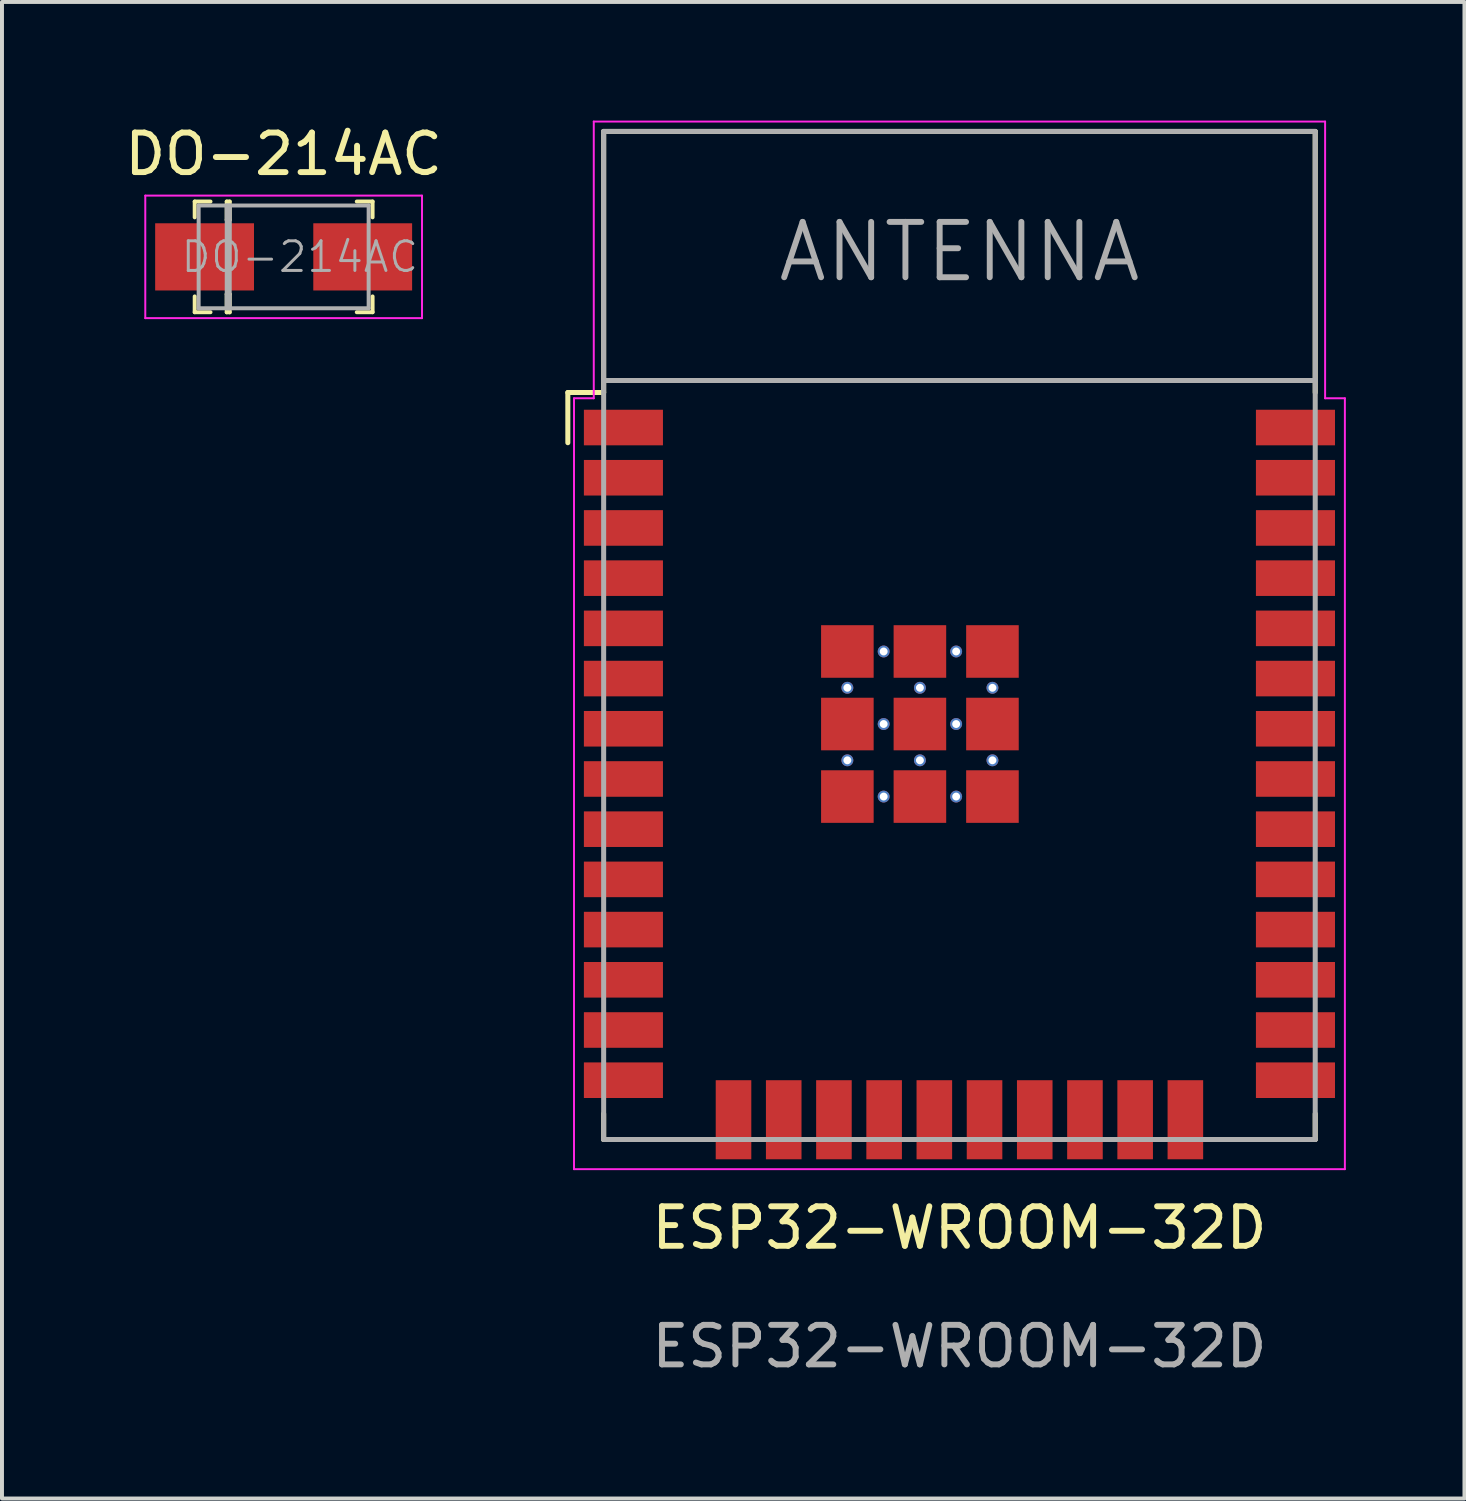
<source format=kicad_pcb>
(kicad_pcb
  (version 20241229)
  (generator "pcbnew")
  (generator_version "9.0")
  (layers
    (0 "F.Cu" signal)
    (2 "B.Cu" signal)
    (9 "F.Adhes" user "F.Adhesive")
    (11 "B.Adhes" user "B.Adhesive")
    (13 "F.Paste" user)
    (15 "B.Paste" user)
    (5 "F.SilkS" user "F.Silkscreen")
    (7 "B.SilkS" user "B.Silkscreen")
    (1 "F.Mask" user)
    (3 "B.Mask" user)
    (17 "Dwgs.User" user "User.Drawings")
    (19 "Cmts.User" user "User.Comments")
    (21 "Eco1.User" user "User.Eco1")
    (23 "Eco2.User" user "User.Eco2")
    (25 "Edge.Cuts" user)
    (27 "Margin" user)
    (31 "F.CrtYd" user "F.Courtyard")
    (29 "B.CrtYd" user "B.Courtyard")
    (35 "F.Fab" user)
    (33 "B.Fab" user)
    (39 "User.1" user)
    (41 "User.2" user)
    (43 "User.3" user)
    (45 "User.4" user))
  (footprint "DO-214AC"
    (layer "F.Cu")
    (at 4.125 3.448)
    (property "Reference" "DO-214AC" (at 0 -2.6 0) (layer "F.SilkS") (effects (font (size 1 1) (thickness 0.15))))
    (attr smd)
    (fp_line (start -2.25 -1.4) (end -2.25 -1) (stroke (width 0.1) (type solid)) (layer "F.SilkS"))
    (fp_line (start -2.25 -1.4) (end -1.85 -1.4) (stroke (width 0.1) (type solid)) (layer "F.SilkS"))
    (fp_line (start -2.25 1.4) (end -2.25 1) (stroke (width 0.1) (type solid)) (layer "F.SilkS"))
    (fp_line (start -2.25 1.4) (end -1.85 1.4) (stroke (width 0.1) (type solid)) (layer "F.SilkS"))
    (fp_line (start -1.44 -1.4) (end -1.44 -0.935) (stroke (width 0.1) (type solid)) (layer "F.SilkS"))
    (fp_line (start -1.44 -0.935) (end -1.364 -0.935) (stroke (width 0.1) (type solid)) (layer "F.SilkS"))
    (fp_line (start -1.44 0.942) (end -1.364 0.942) (stroke (width 0.1) (type solid)) (layer "F.SilkS"))
    (fp_line (start -1.44 1.402) (end -1.44 0.942) (stroke (width 0.1) (type solid)) (layer "F.SilkS"))
    (fp_line (start -1.364 -1.4) (end -1.44 -1.4) (stroke (width 0.1) (type solid)) (layer "F.SilkS"))
    (fp_line (start -1.364 -0.935) (end -1.364 -1.4) (stroke (width 0.1) (type solid)) (layer "F.SilkS"))
    (fp_line (start -1.364 0.942) (end -1.364 1.402) (stroke (width 0.1) (type solid)) (layer "F.SilkS"))
    (fp_line (start -1.364 1.402) (end -1.44 1.402) (stroke (width 0.1) (type solid)) (layer "F.SilkS"))
    (fp_line (start 2.25 -1.4) (end 1.85 -1.4) (stroke (width 0.1) (type solid)) (layer "F.SilkS"))
    (fp_line (start 2.25 -1.4) (end 2.25 -1) (stroke (width 0.1) (type solid)) (layer "F.SilkS"))
    (fp_line (start 2.25 1.4) (end 1.85 1.4) (stroke (width 0.1) (type solid)) (layer "F.SilkS"))
    (fp_line (start 2.25 1.4) (end 2.25 1) (stroke (width 0.1) (type solid)) (layer "F.SilkS"))
    (fp_line (start -3.5 -1.55) (end -3.5 1.55) (stroke (width 0.05) (type solid)) (layer "F.CrtYd"))
    (fp_line (start -3.5 -1.55) (end 3.5 -1.55) (stroke (width 0.05) (type solid)) (layer "F.CrtYd"))
    (fp_line (start -3.5 1.55) (end 3.5 1.55) (stroke (width 0.05) (type solid)) (layer "F.CrtYd"))
    (fp_line (start 3.5 -1.55) (end 3.5 1.55) (stroke (width 0.05) (type solid)) (layer "F.CrtYd"))
    (fp_line (start -2.15 -1.3) (end -2.15 1.3) (stroke (width 0.1) (type solid)) (layer "F.Fab"))
    (fp_line (start -2.15 -1.3) (end 2.15 -1.3) (stroke (width 0.1) (type solid)) (layer "F.Fab"))
    (fp_line (start -2.15 1.3) (end 2.15 1.3) (stroke (width 0.1) (type solid)) (layer "F.Fab"))
    (fp_line (start -1.44 -1.3) (end -1.44 1.3) (stroke (width 0.1) (type solid)) (layer "F.Fab"))
    (fp_line (start -1.44 1.3) (end -1.364 1.3) (stroke (width 0.1) (type solid)) (layer "F.Fab"))
    (fp_line (start -1.364 1.3) (end -1.361 -1.3) (stroke (width 0.1) (type solid)) (layer "F.Fab"))
    (fp_line (start -1.361 -1.3) (end -1.44 -1.3) (stroke (width 0.1) (type solid)) (layer "F.Fab"))
    (fp_line (start 2.15 -1.3) (end 2.15 1.3) (stroke (width 0.1) (type solid)) (layer "F.Fab"))
    (fp_text user "${REFERENCE}" (at 0.409 0 0) (layer "F.Fab") (effects (font (size 0.75 0.75) (thickness 0.075))))
    (pad "1" smd rect (at -2 0) (size 2.5 1.7) (layers "F.Cu" "F.Mask" "F.Paste"))
    (pad "2" smd rect (at 2 0) (size 2.5 1.7) (layers "F.Cu" "F.Mask" "F.Paste")))
  (footprint "ESP32-WROOM-32D"
    (layer "F.Cu")
    (at 21.22 16.023)
    (property "Reference" "ESP32-WROOM-32D" (at 0 11.986 0) (unlocked yes) (layer "F.SilkS") (effects (font (size 1 1) (thickness 0.15))))
    (attr smd)
    (fp_line (start -9.906 -9.144) (end -9.906 -7.874) (stroke (width 0.127) (type default)) (layer "F.SilkS"))
    (fp_line (start -9 -15.748) (end 9 -15.748) (stroke (width 0.127) (type solid)) (layer "F.SilkS"))
    (fp_line (start -9 -9.144) (end -9.906 -9.144) (stroke (width 0.127) (type default)) (layer "F.SilkS"))
    (fp_line (start -9 -9.144) (end -9 -15.748) (stroke (width 0.127) (type solid)) (layer "F.SilkS"))
    (fp_line (start -9 9.102) (end -9 9.752) (stroke (width 0.127) (type solid)) (layer "F.SilkS"))
    (fp_line (start -9 9.752) (end -6.55 9.752) (stroke (width 0.127) (type solid)) (layer "F.SilkS"))
    (fp_line (start 6.55 9.752) (end 9 9.752) (stroke (width 0.127) (type solid)) (layer "F.SilkS"))
    (fp_line (start 9 -15.748) (end 9 -9.144) (stroke (width 0.127) (type solid)) (layer "F.SilkS"))
    (fp_line (start 9 9.752) (end 9 9.102) (stroke (width 0.127) (type solid)) (layer "F.SilkS"))
    (fp_line (start -9.75 -8.998) (end -9.25 -8.998) (stroke (width 0.05) (type solid)) (layer "F.CrtYd"))
    (fp_line (start -9.75 10.502) (end -9.75 -8.998) (stroke (width 0.05) (type solid)) (layer "F.CrtYd"))
    (fp_line (start -9.25 -15.998) (end 9.25 -15.998) (stroke (width 0.05) (type solid)) (layer "F.CrtYd"))
    (fp_line (start -9.25 -8.998) (end -9.25 -15.998) (stroke (width 0.05) (type solid)) (layer "F.CrtYd"))
    (fp_line (start 9.25 -15.998) (end 9.25 -8.998) (stroke (width 0.05) (type solid)) (layer "F.CrtYd"))
    (fp_line (start 9.25 -8.998) (end 9.75 -8.998) (stroke (width 0.05) (type solid)) (layer "F.CrtYd"))
    (fp_line (start 9.75 -8.998) (end 9.75 10.502) (stroke (width 0.05) (type solid)) (layer "F.CrtYd"))
    (fp_line (start 9.75 10.502) (end -9.75 10.502) (stroke (width 0.05) (type solid)) (layer "F.CrtYd"))
    (fp_line (start -9 -15.748) (end -9 -9.448) (stroke (width 0.127) (type solid)) (layer "F.Fab"))
    (fp_line (start -9 -15.748) (end 9 -15.748) (stroke (width 0.127) (type solid)) (layer "F.Fab"))
    (fp_line (start -9 -9.448) (end 9 -9.448) (stroke (width 0.127) (type solid)) (layer "F.Fab"))
    (fp_line (start -9 9.752) (end -9 -9.448) (stroke (width 0.127) (type solid)) (layer "F.Fab"))
    (fp_line (start 9 -15.748) (end 9 -9.448) (stroke (width 0.127) (type solid)) (layer "F.Fab"))
    (fp_line (start 9 -9.448) (end 9 9.752) (stroke (width 0.127) (type solid)) (layer "F.Fab"))
    (fp_line (start 9 9.752) (end -9 9.752) (stroke (width 0.127) (type solid)) (layer "F.Fab"))
    (fp_text user "ANTENNA" (at 0 -12.7 0) (layer "F.Fab") (effects (font (size 1.4 1.4) (thickness 0.15))))
    (fp_text user "${REFERENCE}" (at 0 14.986 0) (unlocked yes) (layer "F.Fab") (effects (font (size 1 1) (thickness 0.15))))
    (pad "1" smd rect (at -8.5 -8.258) (size 2 0.9) (layers "F.Cu" "F.Mask" "F.Paste"))
    (pad "2" smd rect (at -8.5 -6.988) (size 2 0.9) (layers "F.Cu" "F.Mask" "F.Paste"))
    (pad "3" smd rect (at -8.5 -5.718) (size 2 0.9) (layers "F.Cu" "F.Mask" "F.Paste"))
    (pad "4" smd rect (at -8.5 -4.448) (size 2 0.9) (layers "F.Cu" "F.Mask" "F.Paste"))
    (pad "5" smd rect (at -8.5 -3.178) (size 2 0.9) (layers "F.Cu" "F.Mask" "F.Paste"))
    (pad "6" smd rect (at -8.5 -1.908) (size 2 0.9) (layers "F.Cu" "F.Mask" "F.Paste"))
    (pad "7" smd rect (at -8.5 -0.638) (size 2 0.9) (layers "F.Cu" "F.Mask" "F.Paste"))
    (pad "8" smd rect (at -8.5 0.632) (size 2 0.9) (layers "F.Cu" "F.Mask" "F.Paste"))
    (pad "9" smd rect (at -8.5 1.902) (size 2 0.9) (layers "F.Cu" "F.Mask" "F.Paste"))
    (pad "10" smd rect (at -8.5 3.172) (size 2 0.9) (layers "F.Cu" "F.Mask" "F.Paste"))
    (pad "11" smd rect (at -8.5 4.442) (size 2 0.9) (layers "F.Cu" "F.Mask" "F.Paste"))
    (pad "12" smd rect (at -8.5 5.712) (size 2 0.9) (layers "F.Cu" "F.Mask" "F.Paste"))
    (pad "13" smd rect (at -8.5 6.982) (size 2 0.9) (layers "F.Cu" "F.Mask" "F.Paste"))
    (pad "14" smd rect (at -8.5 8.252) (size 2 0.9) (layers "F.Cu" "F.Mask" "F.Paste"))
    (pad "15" smd rect (at -5.715 9.252) (size 0.9 2) (layers "F.Cu" "F.Mask" "F.Paste"))
    (pad "16" smd rect (at -4.445 9.252) (size 0.9 2) (layers "F.Cu" "F.Mask" "F.Paste"))
    (pad "17" smd rect (at -3.175 9.252) (size 0.9 2) (layers "F.Cu" "F.Mask" "F.Paste"))
    (pad "18" smd rect (at -1.905 9.252) (size 0.9 2) (layers "F.Cu" "F.Mask" "F.Paste"))
    (pad "19" smd rect (at -0.635 9.252) (size 0.9 2) (layers "F.Cu" "F.Mask" "F.Paste"))
    (pad "20" smd rect (at 0.635 9.252) (size 0.9 2) (layers "F.Cu" "F.Mask" "F.Paste"))
    (pad "21" smd rect (at 1.905 9.252) (size 0.9 2) (layers "F.Cu" "F.Mask" "F.Paste"))
    (pad "22" smd rect (at 3.175 9.252) (size 0.9 2) (layers "F.Cu" "F.Mask" "F.Paste"))
    (pad "23" smd rect (at 4.445 9.252) (size 0.9 2) (layers "F.Cu" "F.Mask" "F.Paste"))
    (pad "24" smd rect (at 5.715 9.252) (size 0.9 2) (layers "F.Cu" "F.Mask" "F.Paste"))
    (pad "25" smd rect (at 8.5 8.252) (size 2 0.9) (layers "F.Cu" "F.Mask" "F.Paste"))
    (pad "26" smd rect (at 8.5 6.982) (size 2 0.9) (layers "F.Cu" "F.Mask" "F.Paste"))
    (pad "27" smd rect (at 8.5 5.712) (size 2 0.9) (layers "F.Cu" "F.Mask" "F.Paste"))
    (pad "28" smd rect (at 8.5 4.442) (size 2 0.9) (layers "F.Cu" "F.Mask" "F.Paste"))
    (pad "29" smd rect (at 8.5 3.172) (size 2 0.9) (layers "F.Cu" "F.Mask" "F.Paste"))
    (pad "30" smd rect (at 8.5 1.902) (size 2 0.9) (layers "F.Cu" "F.Mask" "F.Paste"))
    (pad "31" smd rect (at 8.5 0.632) (size 2 0.9) (layers "F.Cu" "F.Mask" "F.Paste"))
    (pad "32" smd rect (at 8.5 -0.638) (size 2 0.9) (layers "F.Cu" "F.Mask" "F.Paste"))
    (pad "33" smd rect (at 8.5 -1.908) (size 2 0.9) (layers "F.Cu" "F.Mask" "F.Paste"))
    (pad "34" smd rect (at 8.5 -3.178) (size 2 0.9) (layers "F.Cu" "F.Mask" "F.Paste"))
    (pad "35" smd rect (at 8.5 -4.448) (size 2 0.9) (layers "F.Cu" "F.Mask" "F.Paste"))
    (pad "36" smd rect (at 8.5 -5.718) (size 2 0.9) (layers "F.Cu" "F.Mask" "F.Paste"))
    (pad "37" smd rect (at 8.5 -6.988) (size 2 0.9) (layers "F.Cu" "F.Mask" "F.Paste"))
    (pad "38" smd rect (at 8.5 -8.258) (size 2 0.9) (layers "F.Cu" "F.Mask" "F.Paste"))
    (pad "39" smd rect (at -2.835 -2.593) (size 1.33 1.33) (layers "F.Cu" "F.Mask" "F.Paste"))
    (pad "39" thru_hole circle (at -2.835 -1.675) (size 0.3 0.3) (drill 0.2) (layers "*.Cu" "*.Mask"))
    (pad "39" smd rect (at -2.835 -0.758) (size 1.33 1.33) (layers "F.Cu" "F.Mask" "F.Paste"))
    (pad "39" thru_hole circle (at -2.835 0.16) (size 0.3 0.3) (drill 0.2) (layers "*.Cu" "*.Mask"))
    (pad "39" smd rect (at -2.835 1.077) (size 1.33 1.33) (layers "F.Cu" "F.Mask" "F.Paste"))
    (pad "39" thru_hole circle (at -1.917 -2.593) (size 0.3 0.3) (drill 0.2) (layers "*.Cu" "*.Mask"))
    (pad "39" thru_hole circle (at -1.917 -0.758) (size 0.3 0.3) (drill 0.2) (layers "*.Cu" "*.Mask"))
    (pad "39" thru_hole circle (at -1.917 1.077) (size 0.3 0.3) (drill 0.2) (layers "*.Cu" "*.Mask"))
    (pad "39" smd rect (at -1 -2.593) (size 1.33 1.33) (layers "F.Cu" "F.Mask" "F.Paste"))
    (pad "39" thru_hole circle (at -1 -1.675) (size 0.3 0.3) (drill 0.2) (layers "*.Cu" "*.Mask"))
    (pad "39" smd rect (at -1 -0.758) (size 1.33 1.33) (layers "F.Cu" "F.Mask" "F.Paste"))
    (pad "39" thru_hole circle (at -1 0.16) (size 0.3 0.3) (drill 0.2) (layers "*.Cu" "*.Mask"))
    (pad "39" smd rect (at -1 1.077) (size 1.33 1.33) (layers "F.Cu" "F.Mask" "F.Paste"))
    (pad "39" thru_hole circle (at -0.083 -2.593) (size 0.3 0.3) (drill 0.2) (layers "*.Cu" "*.Mask"))
    (pad "39" thru_hole circle (at -0.083 -0.758) (size 0.3 0.3) (drill 0.2) (layers "*.Cu" "*.Mask"))
    (pad "39" thru_hole circle (at -0.083 1.077) (size 0.3 0.3) (drill 0.2) (layers "*.Cu" "*.Mask"))
    (pad "39" smd rect (at 0.835 -2.593) (size 1.33 1.33) (layers "F.Cu" "F.Mask" "F.Paste"))
    (pad "39" thru_hole circle (at 0.835 -1.675) (size 0.3 0.3) (drill 0.2) (layers "*.Cu" "*.Mask"))
    (pad "39" smd rect (at 0.835 -0.758) (size 1.33 1.33) (layers "F.Cu" "F.Mask" "F.Paste"))
    (pad "39" thru_hole circle (at 0.835 0.16) (size 0.3 0.3) (drill 0.2) (layers "*.Cu" "*.Mask"))
    (pad "39" smd rect (at 0.835 1.077) (size 1.33 1.33) (layers "F.Cu" "F.Mask" "F.Paste"))
    (zone (net_name "") (layer "F.Cu") (hatch full 0.508) (connect_pads) (min_thickness 0.01) (filled_areas_thickness no) (keepout (tracks not_allowed) (vias not_allowed) (pads not_allowed) (copperpour not_allowed) (footprints allowed)) (placement (enabled no)) (fill) (polygon (pts (xy 12.22 0.275) (xy 30.22 0.275) (xy 30.22 6.575) (xy 12.22 6.575))))
    (zone (net_name "") (layers "F.Cu" "B.Cu") (hatch full 0.508) (connect_pads) (min_thickness 0.01) (filled_areas_thickness no) (keepout (tracks allowed) (vias not_allowed) (pads allowed) (copperpour allowed) (footprints allowed)) (placement (enabled no)) (fill) (polygon (pts (xy 12.22 0.275) (xy 30.22 0.275) (xy 30.22 6.575) (xy 12.22 6.575)))))
  (gr_rect
    (start -3 -3)
    (end 33.995 34.857)
    (stroke (width 0.1) (type default))
    (fill no)
    (layer "Edge.Cuts")))
</source>
